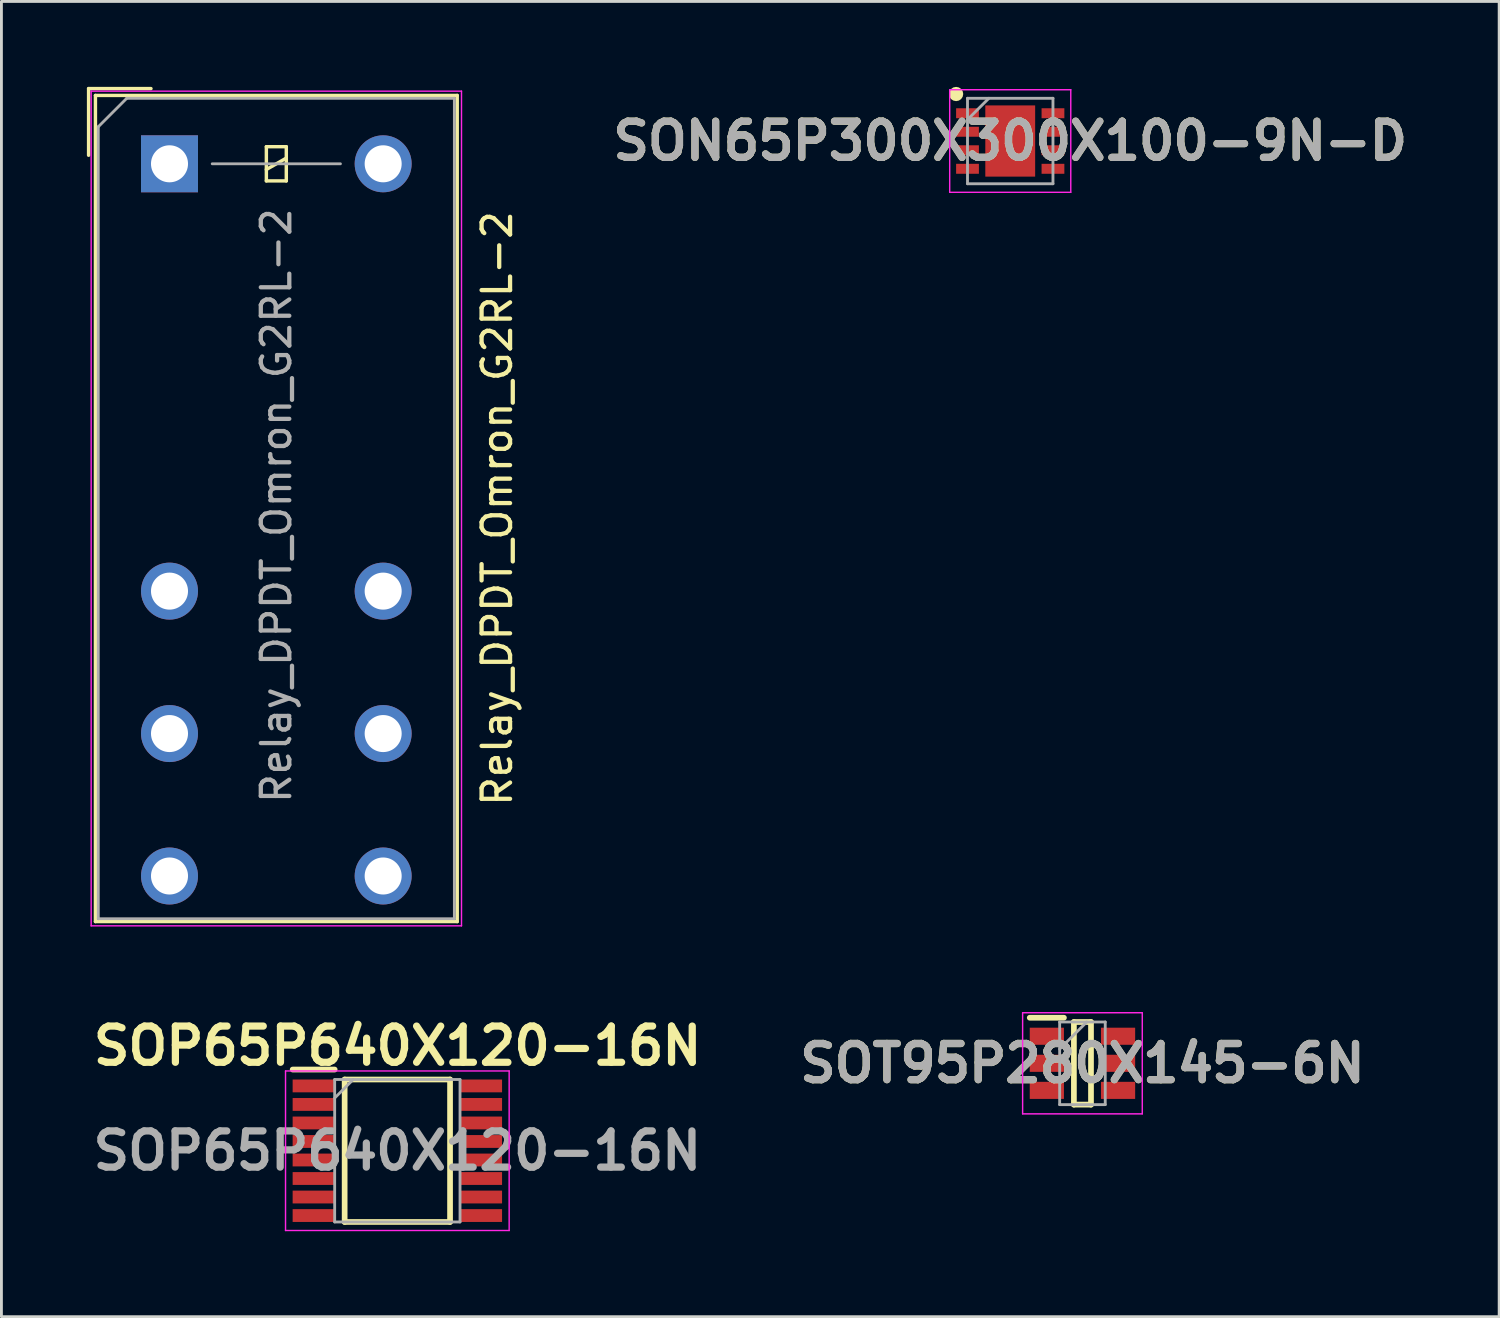
<source format=kicad_pcb>
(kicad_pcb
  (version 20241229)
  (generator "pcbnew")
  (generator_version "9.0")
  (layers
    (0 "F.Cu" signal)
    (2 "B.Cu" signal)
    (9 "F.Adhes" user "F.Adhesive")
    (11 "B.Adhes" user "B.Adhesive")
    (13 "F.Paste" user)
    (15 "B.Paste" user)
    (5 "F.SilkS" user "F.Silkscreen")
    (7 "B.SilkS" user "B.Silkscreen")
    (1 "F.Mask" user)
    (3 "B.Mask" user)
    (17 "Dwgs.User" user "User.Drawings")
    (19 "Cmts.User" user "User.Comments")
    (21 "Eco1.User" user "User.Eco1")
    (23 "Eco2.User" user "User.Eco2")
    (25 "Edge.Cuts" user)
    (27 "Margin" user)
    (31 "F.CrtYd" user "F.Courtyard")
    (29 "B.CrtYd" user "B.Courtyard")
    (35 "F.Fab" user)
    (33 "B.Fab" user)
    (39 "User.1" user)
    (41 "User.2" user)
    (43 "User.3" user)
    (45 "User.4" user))
  (footprint "SON65P300X300X100-9N-D"
    (layer "F.Cu")
    (at 32.412 1.9)
    (property "Reference" "SON65P300X300X100-9N-D" (at 0 0 0) (layer "F.SilkS") (effects (font (size 1.27 1.27) (thickness 0.254))))
    (attr smd)
    (fp_circle (center -1.9 -1.65) (end -1.9 -1.525) (stroke (width 0.25) (type solid)) (fill no) (layer "F.SilkS"))
    (fp_line (start -2.125 -1.8) (end 2.125 -1.8) (stroke (width 0.05) (type solid)) (layer "F.CrtYd"))
    (fp_line (start -2.125 1.8) (end -2.125 -1.8) (stroke (width 0.05) (type solid)) (layer "F.CrtYd"))
    (fp_line (start 2.125 -1.8) (end 2.125 1.8) (stroke (width 0.05) (type solid)) (layer "F.CrtYd"))
    (fp_line (start 2.125 1.8) (end -2.125 1.8) (stroke (width 0.05) (type solid)) (layer "F.CrtYd"))
    (fp_line (start -1.5 -1.5) (end 1.5 -1.5) (stroke (width 0.1) (type solid)) (layer "F.Fab"))
    (fp_line (start -1.5 -0.75) (end -0.75 -1.5) (stroke (width 0.1) (type solid)) (layer "F.Fab"))
    (fp_line (start -1.5 1.5) (end -1.5 -1.5) (stroke (width 0.1) (type solid)) (layer "F.Fab"))
    (fp_line (start 1.5 -1.5) (end 1.5 1.5) (stroke (width 0.1) (type solid)) (layer "F.Fab"))
    (fp_line (start 1.5 1.5) (end -1.5 1.5) (stroke (width 0.1) (type solid)) (layer "F.Fab"))
    (fp_text user "${REFERENCE}" (at 0 0 0) (layer "F.Fab") (effects (font (size 1.27 1.27) (thickness 0.254))))
    (pad "1" smd rect (at -1.5 -0.975 90) (size 0.35 0.8) (layers "F.Cu" "F.Mask" "F.Paste"))
    (pad "2" smd rect (at -1.5 -0.325 90) (size 0.35 0.8) (layers "F.Cu" "F.Mask" "F.Paste"))
    (pad "3" smd rect (at -1.5 0.325 90) (size 0.35 0.8) (layers "F.Cu" "F.Mask" "F.Paste"))
    (pad "4" smd rect (at -1.5 0.975 90) (size 0.35 0.8) (layers "F.Cu" "F.Mask" "F.Paste"))
    (pad "5" smd rect (at 1.5 0.975 90) (size 0.35 0.8) (layers "F.Cu" "F.Mask" "F.Paste"))
    (pad "6" smd rect (at 1.5 0.325 90) (size 0.35 0.8) (layers "F.Cu" "F.Mask" "F.Paste"))
    (pad "7" smd rect (at 1.5 -0.325 90) (size 0.35 0.8) (layers "F.Cu" "F.Mask" "F.Paste"))
    (pad "8" smd rect (at 1.5 -0.975 90) (size 0.35 0.8) (layers "F.Cu" "F.Mask" "F.Paste"))
    (pad "9" smd rect (at 0 0) (size 1.75 2.5) (layers "F.Cu" "F.Mask" "F.Paste")))
  (footprint "SOT95P280X145-6N"
    (layer "F.Cu")
    (at 34.947 34.275)
    (property "Reference" "SOT95P280X145-6N" (at 0 0 0) (layer "F.SilkS") (effects (font (size 1.27 1.27) (thickness 0.254))))
    (attr smd)
    (fp_line (start -1.85 -1.6) (end -0.65 -1.6) (stroke (width 0.2) (type solid)) (layer "F.SilkS"))
    (fp_line (start -0.3 -1.45) (end 0.3 -1.45) (stroke (width 0.2) (type solid)) (layer "F.SilkS"))
    (fp_line (start -0.3 1.45) (end -0.3 -1.45) (stroke (width 0.2) (type solid)) (layer "F.SilkS"))
    (fp_line (start 0.3 -1.45) (end 0.3 1.45) (stroke (width 0.2) (type solid)) (layer "F.SilkS"))
    (fp_line (start 0.3 1.45) (end -0.3 1.45) (stroke (width 0.2) (type solid)) (layer "F.SilkS"))
    (fp_line (start -2.1 -1.775) (end 2.1 -1.775) (stroke (width 0.05) (type solid)) (layer "F.CrtYd"))
    (fp_line (start -2.1 1.775) (end -2.1 -1.775) (stroke (width 0.05) (type solid)) (layer "F.CrtYd"))
    (fp_line (start 2.1 -1.775) (end 2.1 1.775) (stroke (width 0.05) (type solid)) (layer "F.CrtYd"))
    (fp_line (start 2.1 1.775) (end -2.1 1.775) (stroke (width 0.05) (type solid)) (layer "F.CrtYd"))
    (fp_line (start -0.8 -1.45) (end 0.8 -1.45) (stroke (width 0.1) (type solid)) (layer "F.Fab"))
    (fp_line (start -0.8 -0.5) (end 0.15 -1.45) (stroke (width 0.1) (type solid)) (layer "F.Fab"))
    (fp_line (start -0.8 1.45) (end -0.8 -1.45) (stroke (width 0.1) (type solid)) (layer "F.Fab"))
    (fp_line (start 0.8 -1.45) (end 0.8 1.45) (stroke (width 0.1) (type solid)) (layer "F.Fab"))
    (fp_line (start 0.8 1.45) (end -0.8 1.45) (stroke (width 0.1) (type solid)) (layer "F.Fab"))
    (fp_text user "${REFERENCE}" (at 0 0 0) (layer "F.Fab") (effects (font (size 1.27 1.27) (thickness 0.254))))
    (pad "1" smd rect (at -1.25 -0.95 90) (size 0.6 1.2) (layers "F.Cu" "F.Mask" "F.Paste"))
    (pad "2" smd rect (at -1.25 0 90) (size 0.6 1.2) (layers "F.Cu" "F.Mask" "F.Paste"))
    (pad "3" smd rect (at -1.25 0.95 90) (size 0.6 1.2) (layers "F.Cu" "F.Mask" "F.Paste"))
    (pad "4" smd rect (at 1.25 0.95 90) (size 0.6 1.2) (layers "F.Cu" "F.Mask" "F.Paste"))
    (pad "5" smd rect (at 1.25 0 90) (size 0.6 1.2) (layers "F.Cu" "F.Mask" "F.Paste"))
    (pad "6" smd rect (at 1.25 -0.95 90) (size 0.6 1.2) (layers "F.Cu" "F.Mask" "F.Paste")))
  (footprint "SOP65P640X120-16N"
    (layer "F.Cu")
    (at 10.898 37.344)
    (property "Reference" "SOP65P640X120-16N" (at 0.01 -3.68 0) (layer "F.SilkS") (effects (font (size 1.27 1.27) (thickness 0.254))))
    (attr smd)
    (fp_line (start -3.675 -2.85) (end -2.2 -2.85) (stroke (width 0.2) (type solid)) (layer "F.SilkS"))
    (fp_line (start -1.85 -2.5) (end 1.85 -2.5) (stroke (width 0.2) (type solid)) (layer "F.SilkS"))
    (fp_line (start -1.85 2.5) (end -1.85 -2.5) (stroke (width 0.2) (type solid)) (layer "F.SilkS"))
    (fp_line (start 1.85 -2.5) (end 1.85 2.5) (stroke (width 0.2) (type solid)) (layer "F.SilkS"))
    (fp_line (start 1.85 2.5) (end -1.85 2.5) (stroke (width 0.2) (type solid)) (layer "F.SilkS"))
    (fp_line (start -3.925 -2.8) (end 3.925 -2.8) (stroke (width 0.05) (type solid)) (layer "F.CrtYd"))
    (fp_line (start -3.925 2.8) (end -3.925 -2.8) (stroke (width 0.05) (type solid)) (layer "F.CrtYd"))
    (fp_line (start 3.925 -2.8) (end 3.925 2.8) (stroke (width 0.05) (type solid)) (layer "F.CrtYd"))
    (fp_line (start 3.925 2.8) (end -3.925 2.8) (stroke (width 0.05) (type solid)) (layer "F.CrtYd"))
    (fp_line (start -2.2 -2.5) (end 2.2 -2.5) (stroke (width 0.1) (type solid)) (layer "F.Fab"))
    (fp_line (start -2.2 -1.85) (end -1.55 -2.5) (stroke (width 0.1) (type solid)) (layer "F.Fab"))
    (fp_line (start -2.2 2.5) (end -2.2 -2.5) (stroke (width 0.1) (type solid)) (layer "F.Fab"))
    (fp_line (start 2.2 -2.5) (end 2.2 2.5) (stroke (width 0.1) (type solid)) (layer "F.Fab"))
    (fp_line (start 2.2 2.5) (end -2.2 2.5) (stroke (width 0.1) (type solid)) (layer "F.Fab"))
    (fp_text user "${REFERENCE}" (at 0 0 0) (layer "F.Fab") (effects (font (size 1.27 1.27) (thickness 0.254))))
    (pad "1" smd rect (at -2.938 -2.275 90) (size 0.45 1.475) (layers "F.Cu" "F.Mask" "F.Paste"))
    (pad "2" smd rect (at -2.938 -1.625 90) (size 0.45 1.475) (layers "F.Cu" "F.Mask" "F.Paste"))
    (pad "3" smd rect (at -2.938 -0.975 90) (size 0.45 1.475) (layers "F.Cu" "F.Mask" "F.Paste"))
    (pad "4" smd rect (at -2.938 -0.325 90) (size 0.45 1.475) (layers "F.Cu" "F.Mask" "F.Paste"))
    (pad "5" smd rect (at -2.938 0.325 90) (size 0.45 1.475) (layers "F.Cu" "F.Mask" "F.Paste"))
    (pad "6" smd rect (at -2.938 0.975 90) (size 0.45 1.475) (layers "F.Cu" "F.Mask" "F.Paste"))
    (pad "7" smd rect (at -2.938 1.625 90) (size 0.45 1.475) (layers "F.Cu" "F.Mask" "F.Paste"))
    (pad "8" smd rect (at -2.938 2.275 90) (size 0.45 1.475) (layers "F.Cu" "F.Mask" "F.Paste"))
    (pad "9" smd rect (at 2.938 2.275 90) (size 0.45 1.475) (layers "F.Cu" "F.Mask" "F.Paste"))
    (pad "10" smd rect (at 2.938 1.625 90) (size 0.45 1.475) (layers "F.Cu" "F.Mask" "F.Paste"))
    (pad "11" smd rect (at 2.938 0.975 90) (size 0.45 1.475) (layers "F.Cu" "F.Mask" "F.Paste"))
    (pad "12" smd rect (at 2.938 0.325 90) (size 0.45 1.475) (layers "F.Cu" "F.Mask" "F.Paste"))
    (pad "13" smd rect (at 2.938 -0.325 90) (size 0.45 1.475) (layers "F.Cu" "F.Mask" "F.Paste"))
    (pad "14" smd rect (at 2.938 -0.975 90) (size 0.45 1.475) (layers "F.Cu" "F.Mask" "F.Paste"))
    (pad "15" smd rect (at 2.938 -1.625 90) (size 0.45 1.475) (layers "F.Cu" "F.Mask" "F.Paste"))
    (pad "16" smd rect (at 2.938 -2.275 90) (size 0.45 1.475) (layers "F.Cu" "F.Mask" "F.Paste")))
  (footprint "Relay_DPDT_Omron_G2RL-2"
    (layer "F.Cu")
    (at 2.9 2.7)
    (property "Reference" "Relay_DPDT_Omron_G2RL-2" (at 11.5 12.1 90) (layer "F.SilkS") (effects (font (size 1 1) (thickness 0.15))))
    (attr through_hole)
    (fp_line (start -2.84 -2.64) (end -0.65 -2.64) (stroke (width 0.12) (type solid)) (layer "F.SilkS"))
    (fp_line (start -2.84 -0.3) (end -2.84 -2.64) (stroke (width 0.12) (type solid)) (layer "F.SilkS"))
    (fp_line (start -2.6 -2.4) (end -2.6 26.6) (stroke (width 0.12) (type solid)) (layer "F.SilkS"))
    (fp_line (start -2.6 26.6) (end 10.1 26.6) (stroke (width 0.12) (type solid)) (layer "F.SilkS"))
    (fp_line (start 3.4 -0.6) (end 3.4 0.6) (stroke (width 0.12) (type solid)) (layer "F.SilkS"))
    (fp_line (start 3.4 0.2) (end 4.1 -0.2) (stroke (width 0.12) (type solid)) (layer "F.SilkS"))
    (fp_line (start 3.4 0.6) (end 4.1 0.6) (stroke (width 0.12) (type solid)) (layer "F.SilkS"))
    (fp_line (start 4.1 -0.6) (end 3.4 -0.6) (stroke (width 0.12) (type solid)) (layer "F.SilkS"))
    (fp_line (start 4.1 0.6) (end 4.1 -0.6) (stroke (width 0.12) (type solid)) (layer "F.SilkS"))
    (fp_line (start 10.1 -2.4) (end -2.6 -2.4) (stroke (width 0.12) (type solid)) (layer "F.SilkS"))
    (fp_line (start 10.1 26.6) (end 10.1 -2.4) (stroke (width 0.12) (type solid)) (layer "F.SilkS"))
    (fp_line (start -2.75 -2.55) (end -2.75 26.75) (stroke (width 0.05) (type solid)) (layer "F.CrtYd"))
    (fp_line (start -2.75 26.75) (end 10.25 26.75) (stroke (width 0.05) (type solid)) (layer "F.CrtYd"))
    (fp_line (start 10.25 -2.55) (end -2.75 -2.55) (stroke (width 0.05) (type solid)) (layer "F.CrtYd"))
    (fp_line (start 10.25 26.75) (end 10.25 -2.55) (stroke (width 0.05) (type solid)) (layer "F.CrtYd"))
    (fp_line (start -2.5 -1.3) (end -2.5 26.5) (stroke (width 0.1) (type solid)) (layer "F.Fab"))
    (fp_line (start -2.5 26.5) (end 10 26.5) (stroke (width 0.1) (type solid)) (layer "F.Fab"))
    (fp_line (start -1.5 -2.3) (end -2.5 -1.3) (stroke (width 0.1) (type solid)) (layer "F.Fab"))
    (fp_line (start 1.5 0) (end 6 0) (stroke (width 0.1) (type solid)) (layer "F.Fab"))
    (fp_line (start 10 -2.3) (end -1.5 -2.3) (stroke (width 0.1) (type solid)) (layer "F.Fab"))
    (fp_line (start 10 26.5) (end 10 -2.3) (stroke (width 0.1) (type solid)) (layer "F.Fab"))
    (fp_text user "${REFERENCE}" (at 3.75 12 90) (layer "F.Fab") (effects (font (size 1 1) (thickness 0.15))))
    (pad "1" thru_hole rect (at 0 0) (size 2 2) (drill 1.3) (layers "*.Cu" "*.Mask"))
    (pad "2" thru_hole circle (at 0 15) (size 2 2) (drill 1.3) (layers "*.Cu" "*.Mask"))
    (pad "3" thru_hole circle (at 0 20) (size 2 2) (drill 1.3) (layers "*.Cu" "*.Mask"))
    (pad "4" thru_hole circle (at 0 25) (size 2 2) (drill 1.3) (layers "*.Cu" "*.Mask"))
    (pad "5" thru_hole circle (at 7.5 25) (size 2 2) (drill 1.3) (layers "*.Cu" "*.Mask"))
    (pad "6" thru_hole circle (at 7.5 20) (size 2 2) (drill 1.3) (layers "*.Cu" "*.Mask"))
    (pad "7" thru_hole circle (at 7.5 15) (size 2 2) (drill 1.3) (layers "*.Cu" "*.Mask"))
    (pad "8" thru_hole circle (at 7.5 0) (size 2 2) (drill 1.3) (layers "*.Cu" "*.Mask")))
  (gr_rect
    (start -3 -3)
    (end 49.575 43.169)
    (stroke (width 0.1) (type default))
    (fill no)
    (layer "Edge.Cuts")))
</source>
